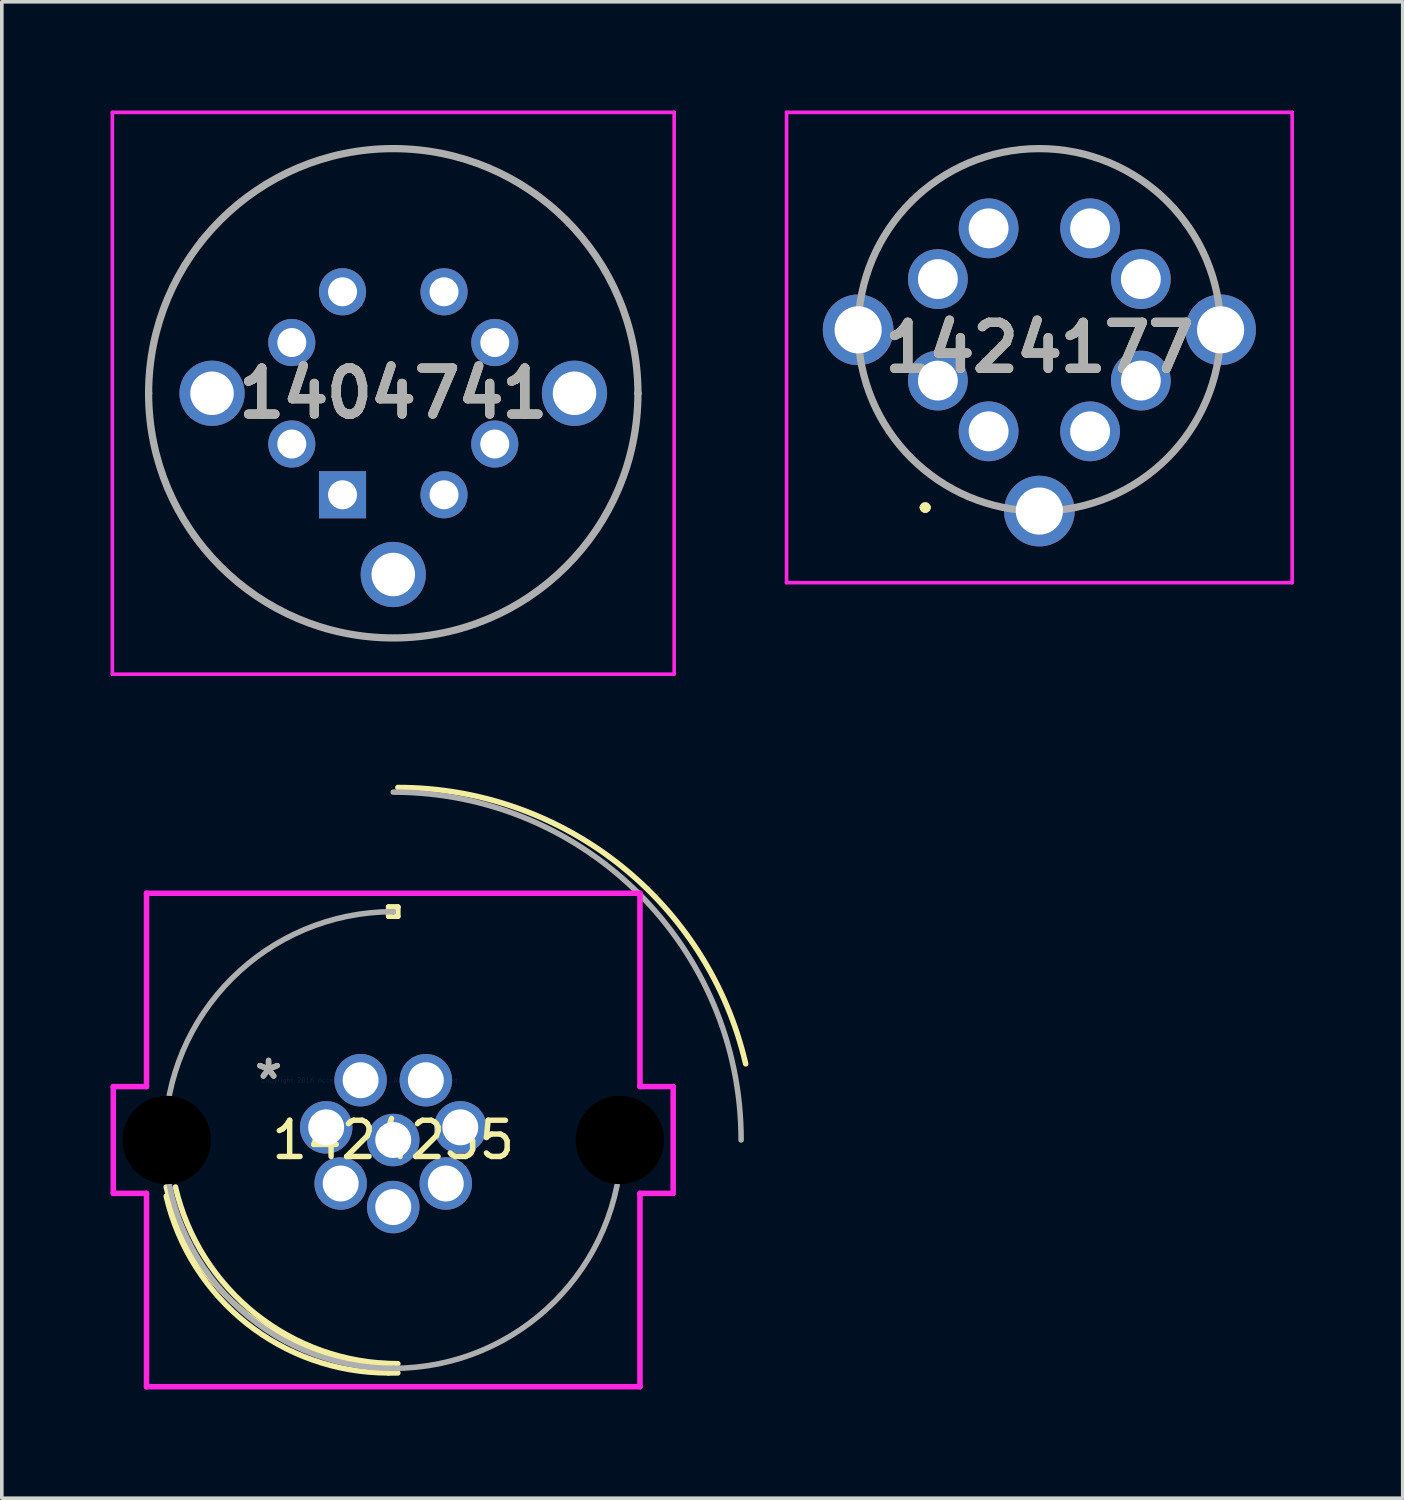
<source format=kicad_pcb>
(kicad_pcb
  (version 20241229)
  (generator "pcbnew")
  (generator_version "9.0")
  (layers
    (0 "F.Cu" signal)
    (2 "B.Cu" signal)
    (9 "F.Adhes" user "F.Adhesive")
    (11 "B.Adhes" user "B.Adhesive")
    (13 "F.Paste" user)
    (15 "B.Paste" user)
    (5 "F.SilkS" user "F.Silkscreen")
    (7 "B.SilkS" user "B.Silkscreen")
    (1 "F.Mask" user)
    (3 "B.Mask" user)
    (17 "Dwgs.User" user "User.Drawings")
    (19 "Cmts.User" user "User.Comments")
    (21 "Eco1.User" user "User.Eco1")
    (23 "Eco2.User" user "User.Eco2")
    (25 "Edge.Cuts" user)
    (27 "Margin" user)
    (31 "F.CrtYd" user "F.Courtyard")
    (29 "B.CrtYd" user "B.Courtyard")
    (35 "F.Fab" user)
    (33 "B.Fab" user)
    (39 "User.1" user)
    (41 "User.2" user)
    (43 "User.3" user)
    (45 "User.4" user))
  (footprint "1424177"
    (layer "F.Cu")
    (at 23.725 11.45)
    (property "Reference" "1424177" (at 1.9 -4.912 0) (layer "F.SilkS") (effects (font (size 1.27 1.27) (thickness 0.254))))
    (attr through_hole)
    (fp_line (start -1.3 -0.5) (end -1.3 -0.5) (stroke (width 0.2) (type solid)) (layer "F.SilkS"))
    (fp_line (start -1.3 -0.5) (end -1.3 -0.5) (stroke (width 0.2) (type solid)) (layer "F.SilkS"))
    (fp_line (start -1.2 -0.5) (end -1.2 -0.5) (stroke (width 0.2) (type solid)) (layer "F.SilkS"))
    (fp_arc (start -1.3 -0.5) (mid -1.25 -0.55) (end -1.2 -0.5) (stroke (width 0.2) (type solid)) (layer "F.SilkS"))
    (fp_arc (start -1.2 -0.5) (mid -1.25 -0.45) (end -1.3 -0.5) (stroke (width 0.2) (type solid)) (layer "F.SilkS"))
    (fp_arc (start -1.2 -0.5) (mid -1.25 -0.45) (end -1.3 -0.5) (stroke (width 0.2) (type solid)) (layer "F.SilkS"))
    (fp_line (start -5.075 -11.4) (end 8.875 -11.4) (stroke (width 0.1) (type solid)) (layer "F.CrtYd"))
    (fp_line (start -5.075 1.575) (end -5.075 -11.4) (stroke (width 0.1) (type solid)) (layer "F.CrtYd"))
    (fp_line (start 8.875 -11.4) (end 8.875 1.575) (stroke (width 0.1) (type solid)) (layer "F.CrtYd"))
    (fp_line (start 8.875 1.575) (end -5.075 1.575) (stroke (width 0.1) (type solid)) (layer "F.CrtYd"))
    (fp_line (start -3.1 -5.4) (end -3.1 -5.4) (stroke (width 0.2) (type solid)) (layer "F.Fab"))
    (fp_line (start 6.9 -5.4) (end 6.9 -5.4) (stroke (width 0.2) (type solid)) (layer "F.Fab"))
    (fp_arc (start -3.1 -5.4) (mid 1.9 -10.4) (end 6.9 -5.4) (stroke (width 0.2) (type solid)) (layer "F.Fab"))
    (fp_arc (start 6.9 -5.4) (mid 1.9 -0.4) (end -3.1 -5.4) (stroke (width 0.2) (type solid)) (layer "F.Fab"))
    (fp_text user "${REFERENCE}" (at 1.9 -4.912 0) (layer "F.Fab") (effects (font (size 1.27 1.27) (thickness 0.254))))
    (pad "1" thru_hole circle (at 0.5 -2.6) (size 1.65 1.65) (drill 1.1) (layers "*.Cu" "*.Mask"))
    (pad "2" thru_hole circle (at -0.9 -4) (size 1.65 1.65) (drill 1.1) (layers "*.Cu" "*.Mask"))
    (pad "3" thru_hole circle (at -0.9 -6.8) (size 1.65 1.65) (drill 1.1) (layers "*.Cu" "*.Mask"))
    (pad "4" thru_hole circle (at 0.5 -8.2) (size 1.65 1.65) (drill 1.1) (layers "*.Cu" "*.Mask"))
    (pad "5" thru_hole circle (at 3.3 -8.2) (size 1.65 1.65) (drill 1.1) (layers "*.Cu" "*.Mask"))
    (pad "6" thru_hole circle (at 4.7 -6.8) (size 1.65 1.65) (drill 1.1) (layers "*.Cu" "*.Mask"))
    (pad "7" thru_hole circle (at 4.7 -4) (size 1.65 1.65) (drill 1.1) (layers "*.Cu" "*.Mask"))
    (pad "8" thru_hole circle (at 3.3 -2.6) (size 1.65 1.65) (drill 1.1) (layers "*.Cu" "*.Mask"))
    (pad "MH1" thru_hole circle (at 1.9 -0.4) (size 1.95 1.95) (drill 1.3) (layers "*.Cu" "*.Mask"))
    (pad "MH2" thru_hole circle (at -3.1 -5.4) (size 1.95 1.95) (drill 1.3) (layers "*.Cu" "*.Mask"))
    (pad "MH3" thru_hole circle (at 6.9 -5.4) (size 1.95 1.95) (drill 1.3) (layers "*.Cu" "*.Mask")))
  (footprint "1424235"
    (layer "F.Cu")
    (at 6.899 26.752)
    (property "Reference" "1424235" (at 0.9 1.649 0) (layer "F.SilkS") (effects (font (size 1 1) (thickness 0.15))))
    (attr through_hole)
    (fp_line (start 0.773 -4.777) (end 0.773 -4.523) (stroke (width 0.152) (type solid)) (layer "F.SilkS"))
    (fp_line (start 0.773 -4.523) (end 1.027 -4.523) (stroke (width 0.152) (type solid)) (layer "F.SilkS"))
    (fp_line (start 0.773 8.075) (end 1.027 8.075) (stroke (width 0.152) (type solid)) (layer "F.SilkS"))
    (fp_line (start 1.027 -4.777) (end 0.773 -4.777) (stroke (width 0.152) (type solid)) (layer "F.SilkS"))
    (fp_line (start 1.027 -4.777) (end 0.773 -4.777) (stroke (width 0.152) (type solid)) (layer "F.SilkS"))
    (fp_line (start 1.027 -4.523) (end 1.027 -4.777) (stroke (width 0.152) (type solid)) (layer "F.SilkS"))
    (fp_arc (start 0.773001 7.821399) (mid -3.14518 6.454519) (end -5.362928 2.947085) (stroke (width 0.1524) (type solid)) (layer "F.SilkS"))
    (fp_arc (start 0.773001 8.075399) (mid -3.14518 6.708519) (end -5.362928 3.201085) (stroke (width 0.1524) (type solid)) (layer "F.SilkS"))
    (fp_arc (start 1.027001 -8.075399) (mid 7.154817 -5.937675) (end 10.623252 -0.452243) (stroke (width 0.1524) (type solid)) (layer "F.SilkS"))
    (fp_arc (start 1.027001 7.821399) (mid -2.89118 6.454519) (end -5.108928 2.947085) (stroke (width 0.1524) (type solid)) (layer "F.SilkS"))
    (fp_line (start -6.823 0.176) (end -6.823 3.122) (stroke (width 0.152) (type solid)) (layer "F.CrtYd"))
    (fp_line (start -6.823 3.122) (end -5.907 3.122) (stroke (width 0.152) (type solid)) (layer "F.CrtYd"))
    (fp_line (start -5.907 -5.158) (end -5.907 0.176) (stroke (width 0.152) (type solid)) (layer "F.CrtYd"))
    (fp_line (start -5.907 0.176) (end -6.823 0.176) (stroke (width 0.152) (type solid)) (layer "F.CrtYd"))
    (fp_line (start -5.907 3.122) (end -5.907 8.456) (stroke (width 0.152) (type solid)) (layer "F.CrtYd"))
    (fp_line (start -5.907 8.456) (end 7.707 8.456) (stroke (width 0.152) (type solid)) (layer "F.CrtYd"))
    (fp_line (start 7.707 -5.158) (end -5.907 -5.158) (stroke (width 0.152) (type solid)) (layer "F.CrtYd"))
    (fp_line (start 7.707 0.176) (end 7.707 -5.158) (stroke (width 0.152) (type solid)) (layer "F.CrtYd"))
    (fp_line (start 7.707 3.122) (end 8.623 3.122) (stroke (width 0.152) (type solid)) (layer "F.CrtYd"))
    (fp_line (start 7.707 8.456) (end 7.707 3.122) (stroke (width 0.152) (type solid)) (layer "F.CrtYd"))
    (fp_line (start 8.623 0.176) (end 7.707 0.176) (stroke (width 0.152) (type solid)) (layer "F.CrtYd"))
    (fp_line (start 8.623 3.122) (end 8.623 0.176) (stroke (width 0.152) (type solid)) (layer "F.CrtYd"))
    (fp_line (start -5.399 1.649) (end -5.399 1.649) (stroke (width 0.152) (type solid)) (layer "F.Fab"))
    (fp_line (start 0.9 -4.65) (end 0.9 -4.65) (stroke (width 0.152) (type solid)) (layer "F.Fab"))
    (fp_line (start 0.9 -4.65) (end 0.9 -4.65) (stroke (width 0.152) (type solid)) (layer "F.Fab"))
    (fp_line (start 0.9 -4.65) (end 0.9 -4.65) (stroke (width 0.152) (type solid)) (layer "F.Fab"))
    (fp_line (start 0.9 -4.65) (end 0.9 -4.65) (stroke (width 0.152) (type solid)) (layer "F.Fab"))
    (fp_line (start 0.9 -4.65) (end 0.9 -4.65) (stroke (width 0.152) (type solid)) (layer "F.Fab"))
    (fp_line (start 0.9 7.948) (end 0.9 7.948) (stroke (width 0.152) (type solid)) (layer "F.Fab"))
    (fp_line (start 7.199 1.649) (end 7.199 1.649) (stroke (width 0.152) (type solid)) (layer "F.Fab"))
    (fp_arc (start -5.399199 1.649199) (mid -3.554206 -2.805008) (end 0.900001 -4.650001) (stroke (width 0.1524) (type solid)) (layer "F.Fab"))
    (fp_arc (start 0.900001 -7.948399) (mid 7.686528 -5.137328) (end 10.497599 1.649199) (stroke (width 0.1524) (type solid)) (layer "F.Fab"))
    (fp_arc (start 0.900001 7.948399) (mid -3.554206 6.103406) (end -5.399199 1.649199) (stroke (width 0.1524) (type solid)) (layer "F.Fab"))
    (fp_arc (start 7.199201 1.649199) (mid 5.354208 6.103406) (end 0.900001 7.948399) (stroke (width 0.1524) (type solid)) (layer "F.Fab"))
    (fp_text user "*" (at -2.54 0 0) (layer "F.SilkS") (effects (font (size 1 1) (thickness 0.15))))
    (fp_text user "Copyright 2016 Accelerated Designs. All rights reserved." (at 0 0 0) (layer "Cmts.User") (effects (font (size 0.127 0.127) (thickness 0.002))))
    (fp_text user "*" (at -2.54 0 0) (layer "F.Fab") (effects (font (size 1 1) (thickness 0.15))))
    (pad "" np_thru_hole circle (at -5.35 1.649) (size 2.438 2.438) (drill 2.438) (layers))
    (pad "" np_thru_hole circle (at 7.15 1.649) (size 2.438 2.438) (drill 2.438) (layers))
    (pad "1" thru_hole circle (at 0 0) (size 1.448 1.448) (drill 0.991) (layers "*.Cu" "*.Mask"))
    (pad "2" thru_hole circle (at 1.8 0) (size 1.448 1.448) (drill 0.991) (layers "*.Cu" "*.Mask"))
    (pad "3" thru_hole circle (at 2.75 1.3) (size 1.448 1.448) (drill 0.991) (layers "*.Cu" "*.Mask"))
    (pad "4" thru_hole circle (at 2.35 2.85) (size 1.448 1.448) (drill 0.991) (layers "*.Cu" "*.Mask"))
    (pad "5" thru_hole circle (at 0.9 3.5) (size 1.448 1.448) (drill 0.991) (layers "*.Cu" "*.Mask"))
    (pad "6" thru_hole circle (at -0.95 1.3) (size 1.448 1.448) (drill 0.991) (layers "*.Cu" "*.Mask"))
    (pad "7" thru_hole circle (at -0.55 2.85) (size 1.448 1.448) (drill 0.991) (layers "*.Cu" "*.Mask"))
    (pad "8" thru_hole circle (at 0.9 1.65) (size 1.448 1.448) (drill 0.991) (layers "*.Cu" "*.Mask")))
  (footprint "1404741"
    (layer "F.Cu")
    (at 6.4 10.6)
    (property "Reference" "1404741" (at 1.4 -2.8 0) (layer "F.SilkS") (effects (font (size 1.27 1.27) (thickness 0.254))))
    (attr through_hole)
    (fp_line (start -5.35 -2.8) (end -5.35 -2.8) (stroke (width 0.1) (type solid)) (layer "F.SilkS"))
    (fp_line (start 8.15 -2.8) (end 8.15 -2.8) (stroke (width 0.1) (type solid)) (layer "F.SilkS"))
    (fp_arc (start -5.35 -2.8) (mid 1.4 -9.55) (end 8.15 -2.8) (stroke (width 0.1) (type solid)) (layer "F.SilkS"))
    (fp_arc (start 8.15 -2.8) (mid 1.4 3.95) (end -5.35 -2.8) (stroke (width 0.1) (type solid)) (layer "F.SilkS"))
    (fp_line (start -6.35 -10.55) (end 9.15 -10.55) (stroke (width 0.1) (type solid)) (layer "F.CrtYd"))
    (fp_line (start -6.35 4.95) (end -6.35 -10.55) (stroke (width 0.1) (type solid)) (layer "F.CrtYd"))
    (fp_line (start 9.15 -10.55) (end 9.15 4.95) (stroke (width 0.1) (type solid)) (layer "F.CrtYd"))
    (fp_line (start 9.15 4.95) (end -6.35 4.95) (stroke (width 0.1) (type solid)) (layer "F.CrtYd"))
    (fp_line (start -5.35 -2.8) (end -5.35 -2.8) (stroke (width 0.2) (type solid)) (layer "F.Fab"))
    (fp_line (start 8.15 -2.8) (end 8.15 -2.8) (stroke (width 0.2) (type solid)) (layer "F.Fab"))
    (fp_arc (start -5.35 -2.8) (mid 1.4 -9.55) (end 8.15 -2.8) (stroke (width 0.2) (type solid)) (layer "F.Fab"))
    (fp_arc (start 8.15 -2.8) (mid 1.4 3.95) (end -5.35 -2.8) (stroke (width 0.2) (type solid)) (layer "F.Fab"))
    (fp_text user "${REFERENCE}" (at 1.4 -2.8 0) (layer "F.Fab") (effects (font (size 1.27 1.27) (thickness 0.254))))
    (pad "1" thru_hole rect (at 0 0) (size 1.3 1.3) (drill 0.8) (layers "*.Cu" "*.Mask"))
    (pad "2" thru_hole circle (at -1.4 -1.4) (size 1.3 1.3) (drill 0.8) (layers "*.Cu" "*.Mask"))
    (pad "3" thru_hole circle (at -1.4 -4.2) (size 1.3 1.3) (drill 0.8) (layers "*.Cu" "*.Mask"))
    (pad "4" thru_hole circle (at 0 -5.6) (size 1.3 1.3) (drill 0.8) (layers "*.Cu" "*.Mask"))
    (pad "5" thru_hole circle (at 2.8 -5.6) (size 1.3 1.3) (drill 0.8) (layers "*.Cu" "*.Mask"))
    (pad "6" thru_hole circle (at 4.2 -4.2) (size 1.3 1.3) (drill 0.8) (layers "*.Cu" "*.Mask"))
    (pad "7" thru_hole circle (at 4.2 -1.4) (size 1.3 1.3) (drill 0.8) (layers "*.Cu" "*.Mask"))
    (pad "8" thru_hole circle (at 2.8 0) (size 1.3 1.3) (drill 0.8) (layers "*.Cu" "*.Mask"))
    (pad "MH1" thru_hole circle (at 6.4 -2.8) (size 1.8 1.8) (drill 1.2) (layers "*.Cu" "*.Mask"))
    (pad "MH2" thru_hole circle (at 1.4 2.2) (size 1.8 1.8) (drill 1.2) (layers "*.Cu" "*.Mask"))
    (pad "MH3" thru_hole circle (at -3.6 -2.8) (size 1.8 1.8) (drill 1.2) (layers "*.Cu" "*.Mask")))
  (gr_rect
    (start -3 -3)
    (end 35.65 38.284)
    (stroke (width 0.1) (type default))
    (fill no)
    (layer "Edge.Cuts")))
</source>
